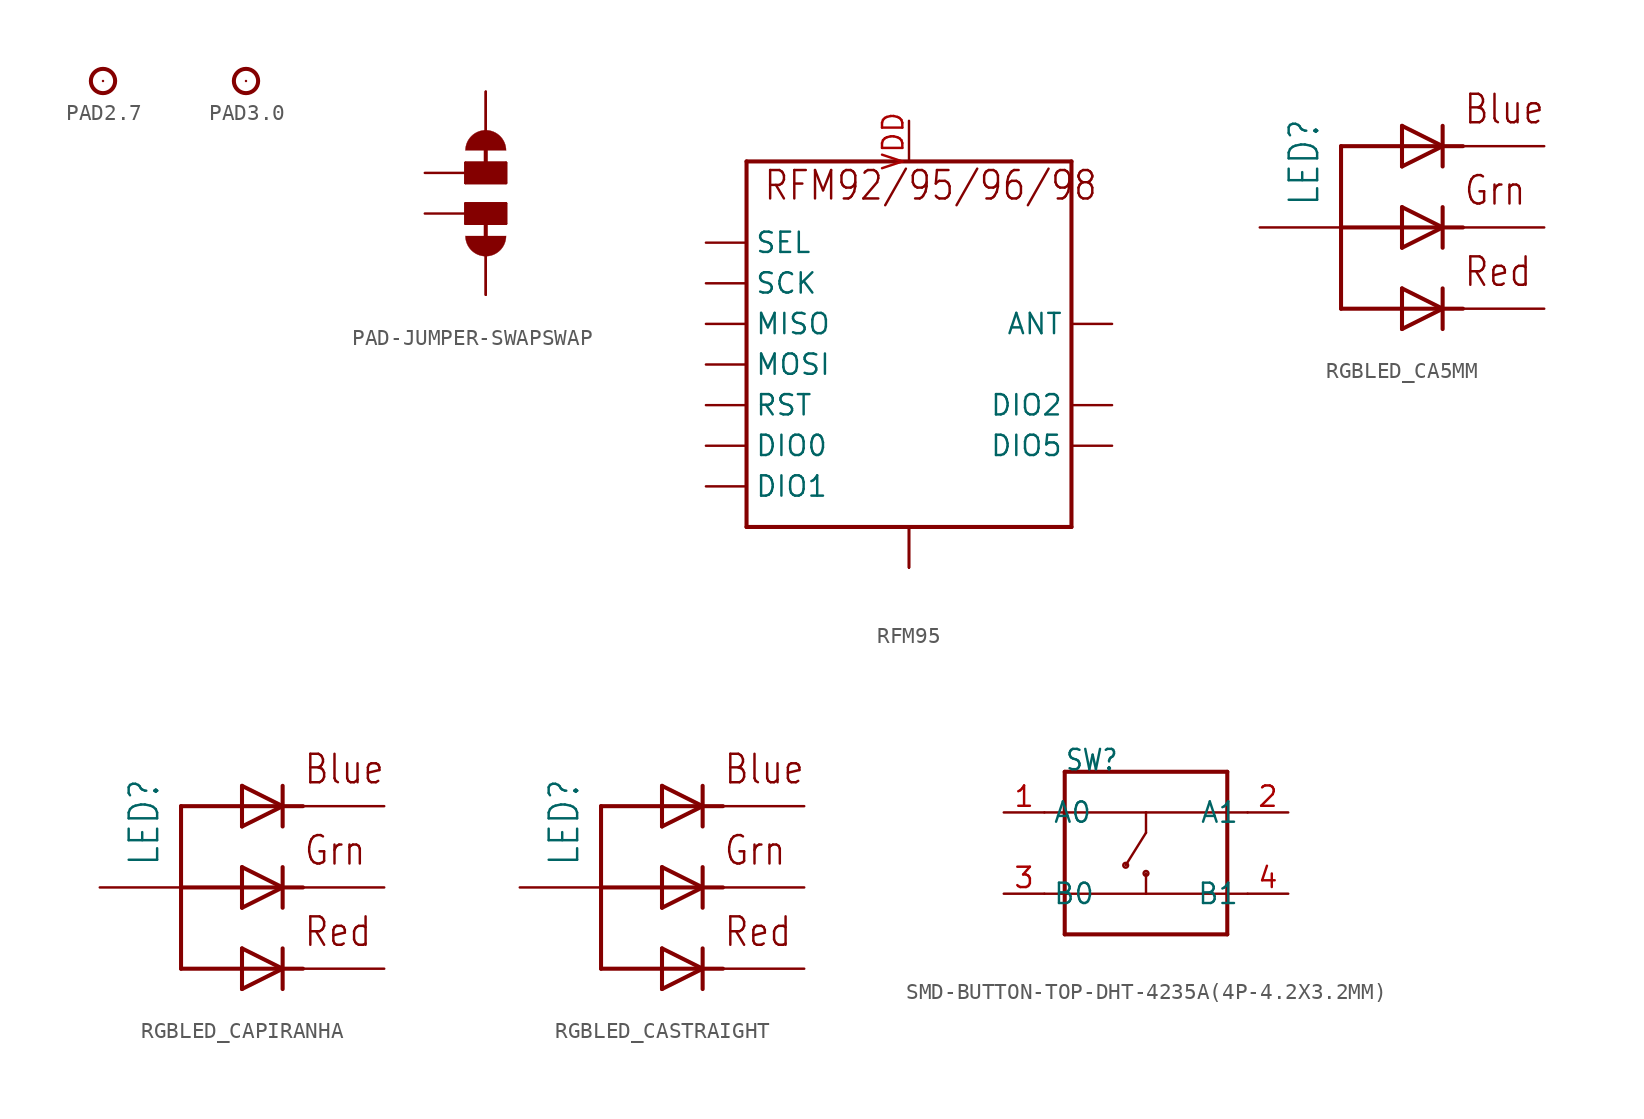
<source format=kicad_sym>
(kicad_symbol_lib
  (version 20231120)
  (generator "kicad_symbol_editor")
  (generator_version "8.0")
  (symbol "PAD2.7"
    (property "Reference" "P"
      (at 0 0 0)
      (effects (font (size 1.27 1.27)) (hide yes)))
    (property "ki_locked" ""
      (at 0 0 0)
      (effects (font (size 1.27 1.27))))
    (symbol "PAD2.7_1_0"
      (circle (center 0 0) (radius 0.762) (stroke (width 0.254) (type solid)) (fill (type none)))
      (pin bidirectional line (at 0 0 0) (length 0) (name "1" (effects (font (size 0 0)))) (number "1" (effects (font (size 0 0)))))))
  (symbol "PAD3.0"
    (property "Reference" "P"
      (at 0 0 0)
      (effects (font (size 1.27 1.27)) (hide yes)))
    (property "ki_locked" ""
      (at 0 0 0)
      (effects (font (size 1.27 1.27))))
    (symbol "PAD3.0_1_0"
      (circle (center 0 0) (radius 0.762) (stroke (width 0.254) (type solid)) (fill (type none)))
      (pin bidirectional line (at 0 0 0) (length 0) (name "1" (effects (font (size 0 0)))) (number "1" (effects (font (size 0 0)))))))
  (symbol "PAD-JUMPER-SWAPSWAP"
    (property "Reference" ""
      (at 1.905 0.381 0)
      (effects (font (size 1.778 1.511)) (justify left bottom) (hide yes)))
    (property "Value" ""
      (at 1.905 -1.905 0)
      (effects (font (size 1.778 1.511)) (justify left bottom)))
    (property "ki_locked" ""
      (at 0 0 0)
      (effects (font (size 1.27 1.27))))
    (symbol "PAD-JUMPER-SWAPSWAP_1_0"
      (arc (start -1.27 -2.667) (mid 0 -3.937) (end 1.27 -2.667) (stroke (width 0.0001) (type solid)) (fill (type outline)))
      (rectangle (start -1.27 -1.905) (end 1.27 -0.635) (stroke (width 0) (type default)) (fill (type outline)))
      (polyline (pts (xy -1.27 -1.905) (xy -1.27 -0.635)) (stroke (width 0.152) (type solid)) (fill (type none)))
      (polyline (pts (xy -1.27 -0.635) (xy 1.27 -0.635)) (stroke (width 0.152) (type solid)) (fill (type none)))
      (polyline (pts (xy -1.27 0.635) (xy -1.27 1.905)) (stroke (width 0.152) (type solid)) (fill (type none)))
      (polyline (pts (xy -1.27 1.905) (xy 1.27 1.905)) (stroke (width 0.152) (type solid)) (fill (type none)))
      (polyline (pts (xy 0 -1.27) (xy 0 -3.81)) (stroke (width 0.254) (type solid)) (fill (type none)))
      (polyline (pts (xy 0 1.27) (xy 0 3.81)) (stroke (width 0.254) (type solid)) (fill (type none)))
      (polyline (pts (xy 1.27 -1.905) (xy -1.27 -1.905)) (stroke (width 0.152) (type solid)) (fill (type none)))
      (polyline (pts (xy 1.27 -0.635) (xy 1.27 -1.905)) (stroke (width 0.152) (type solid)) (fill (type none)))
      (polyline (pts (xy 1.27 0.635) (xy -1.27 0.635)) (stroke (width 0.152) (type solid)) (fill (type none)))
      (polyline (pts (xy 1.27 1.905) (xy 1.27 0.635)) (stroke (width 0.152) (type solid)) (fill (type none)))
      (rectangle (start 1.27 1.905) (end -1.27 0.635) (stroke (width 0) (type default)) (fill (type outline)))
      (arc (start 1.27 2.667) (mid 0 3.937) (end -1.27 2.667) (stroke (width 0.0001) (type solid)) (fill (type outline)))
      (pin passive line (at 0 6.35 270) (length 2.54) (name "1" (effects (font (size 0 0)))) (number "1" (effects (font (size 0 0)))))
      (pin passive line (at 0 6.35 270) (length 2.54) (name "1" (effects (font (size 0 0)))) (number "11" (effects (font (size 0 0)))))
      (pin passive line (at -3.81 1.27 0) (length 2.54) (name "2" (effects (font (size 0 0)))) (number "2" (effects (font (size 0 0)))))
      (pin passive line (at -3.81 -1.27 0) (length 2.54) (name "3" (effects (font (size 0 0)))) (number "3" (effects (font (size 0 0)))))
      (pin passive line (at 0 -6.35 90) (length 2.54) (name "4" (effects (font (size 0 0)))) (number "4" (effects (font (size 0 0)))))
      (pin passive line (at 0 -6.35 90) (length 2.54) (name "4" (effects (font (size 0 0)))) (number "44" (effects (font (size 0 0)))))))
  (symbol "RFM95"
    (property "Reference" ""
      (at 0 0 0)
      (effects (font (size 1.27 1.27)) (hide yes)))
    (property "ki_locked" ""
      (at 0 0 0)
      (effects (font (size 1.27 1.27))))
    (symbol "RFM95_1_0"
      (polyline (pts (xy -10.16 -12.7) (xy -10.16 10.16)) (stroke (width 0.254) (type solid)) (fill (type none)))
      (polyline (pts (xy -10.16 10.16) (xy 10.16 10.16)) (stroke (width 0.254) (type solid)) (fill (type none)))
      (polyline (pts (xy 10.16 -12.7) (xy -10.16 -12.7)) (stroke (width 0.254) (type solid)) (fill (type none)))
      (polyline (pts (xy 10.16 10.16) (xy 10.16 -12.7)) (stroke (width 0.254) (type solid)) (fill (type none)))
      (text "RFM92/95/96/98" (at -9.144 7.62 0) (effects (font (size 1.778 1.511)) (justify left bottom)))
      (pin passive line (at 12.7 0 180) (length 2.54) (name "ANT" (effects (font (size 1.27 1.27)))) (number "ANT" (effects (font (size 0 0)))))
      (pin open_collector line (at -12.7 -7.62 0) (length 2.54) (name "DIO0" (effects (font (size 1.27 1.27)))) (number "DIO0" (effects (font (size 0 0)))))
      (pin open_collector line (at -12.7 -10.16 0) (length 2.54) (name "DIO1" (effects (font (size 1.27 1.27)))) (number "DIO1" (effects (font (size 0 0)))))
      (pin open_collector line (at 12.7 -5.08 180) (length 2.54) (name "DIO2" (effects (font (size 1.27 1.27)))) (number "DIO2" (effects (font (size 0 0)))))
      (pin open_collector line (at 12.7 -7.62 180) (length 2.54) (name "DIO5" (effects (font (size 1.27 1.27)))) (number "DIO5" (effects (font (size 0 0)))))
      (pin power_in line (at 0 -15.24 90) (length 2.54) (name "GND" (effects (font (size 0 0)))) (number "GND" (effects (font (size 0 0)))))
      (pin power_in line (at 0 -15.24 90) (length 2.54) (name "GND" (effects (font (size 0 0)))) (number "GND1" (effects (font (size 0 0)))))
      (pin power_in line (at 0 -15.24 90) (length 2.54) (name "GND" (effects (font (size 0 0)))) (number "GND2" (effects (font (size 0 0)))))
      (pin input line (at -12.7 0 0) (length 2.54) (name "MISO" (effects (font (size 1.27 1.27)))) (number "MISO" (effects (font (size 0 0)))))
      (pin output line (at -12.7 -2.54 0) (length 2.54) (name "MOSI" (effects (font (size 1.27 1.27)))) (number "MOSI" (effects (font (size 0 0)))))
      (pin input line (at -12.7 5.08 0) (length 2.54) (name "SEL" (effects (font (size 1.27 1.27)))) (number "NSS" (effects (font (size 0 0)))))
      (pin open_collector line (at -12.7 -5.08 0) (length 2.54) (name "RST" (effects (font (size 1.27 1.27)))) (number "RST" (effects (font (size 0 0)))))
      (pin input line (at -12.7 2.54 0) (length 2.54) (name "SCK" (effects (font (size 1.27 1.27)))) (number "SCK" (effects (font (size 0 0)))))
      (pin power_in line (at 0 12.7 270) (length 2.54) (name "VCC" (effects (font (size 0 0)))) (number "VDD" (effects (font (size 1.27 1.27)))))))
  (symbol "RGBLED_CA5MM"
    (property "Reference" "LED"
      (at -6.35 1.27 90)
      (effects (font (size 1.778 1.511)) (justify left bottom)))
    (property "ki_locked" ""
      (at 0 0 0)
      (effects (font (size 1.27 1.27))))
    (symbol "RGBLED_CA5MM_1_0"
      (polyline (pts (xy -5.08 0) (xy -5.08 -5.08)) (stroke (width 0.254) (type solid)) (fill (type none)))
      (polyline (pts (xy -5.08 5.08) (xy -5.08 0)) (stroke (width 0.254) (type solid)) (fill (type none)))
      (polyline (pts (xy -1.27 -6.35) (xy 1.27 -5.08)) (stroke (width 0.254) (type solid)) (fill (type none)))
      (polyline (pts (xy -1.27 -3.81) (xy -1.27 -6.35)) (stroke (width 0.254) (type solid)) (fill (type none)))
      (polyline (pts (xy -1.27 -1.27) (xy 1.27 0)) (stroke (width 0.254) (type solid)) (fill (type none)))
      (polyline (pts (xy -1.27 1.27) (xy -1.27 -1.27)) (stroke (width 0.254) (type solid)) (fill (type none)))
      (polyline (pts (xy -1.27 3.81) (xy 1.27 5.08)) (stroke (width 0.254) (type solid)) (fill (type none)))
      (polyline (pts (xy -1.27 6.35) (xy -1.27 3.81)) (stroke (width 0.254) (type solid)) (fill (type none)))
      (polyline (pts (xy 1.27 -6.35) (xy 1.27 -5.08)) (stroke (width 0.254) (type solid)) (fill (type none)))
      (polyline (pts (xy 1.27 -5.08) (xy -5.08 -5.08)) (stroke (width 0.254) (type solid)) (fill (type none)))
      (polyline (pts (xy 1.27 -5.08) (xy -1.27 -3.81)) (stroke (width 0.254) (type solid)) (fill (type none)))
      (polyline (pts (xy 1.27 -5.08) (xy 1.27 -3.81)) (stroke (width 0.254) (type solid)) (fill (type none)))
      (polyline (pts (xy 1.27 -5.08) (xy 2.54 -5.08)) (stroke (width 0.254) (type solid)) (fill (type none)))
      (polyline (pts (xy 1.27 0) (xy -5.08 0)) (stroke (width 0.254) (type solid)) (fill (type none)))
      (polyline (pts (xy 1.27 0) (xy -1.27 1.27)) (stroke (width 0.254) (type solid)) (fill (type none)))
      (polyline (pts (xy 1.27 0) (xy 1.27 -1.27)) (stroke (width 0.254) (type solid)) (fill (type none)))
      (polyline (pts (xy 1.27 1.27) (xy 1.27 0)) (stroke (width 0.254) (type solid)) (fill (type none)))
      (polyline (pts (xy 1.27 5.08) (xy -5.08 5.08)) (stroke (width 0.254) (type solid)) (fill (type none)))
      (polyline (pts (xy 1.27 5.08) (xy -1.27 6.35)) (stroke (width 0.254) (type solid)) (fill (type none)))
      (polyline (pts (xy 1.27 5.08) (xy 1.27 3.81)) (stroke (width 0.254) (type solid)) (fill (type none)))
      (polyline (pts (xy 1.27 5.08) (xy 2.54 5.08)) (stroke (width 0.254) (type solid)) (fill (type none)))
      (polyline (pts (xy 1.27 6.35) (xy 1.27 5.08)) (stroke (width 0.254) (type solid)) (fill (type none)))
      (polyline (pts (xy 2.54 0) (xy 1.27 0)) (stroke (width 0.254) (type solid)) (fill (type none)))
      (text "Blue" (at 2.54 6.35 0) (effects (font (size 1.778 1.511)) (justify left bottom)))
      (text "Grn" (at 2.54 1.27 0) (effects (font (size 1.778 1.511)) (justify left bottom)))
      (text "Red" (at 2.54 -3.81 0) (effects (font (size 1.778 1.511)) (justify left bottom)))
      (pin bidirectional line (at 7.62 -5.08 180) (length 5.08) (name "RED" (effects (font (size 0 0)))) (number "1" (effects (font (size 0 0)))))
      (pin bidirectional line (at -10.16 0 0) (length 5.08) (name "VCC" (effects (font (size 0 0)))) (number "2" (effects (font (size 0 0)))))
      (pin bidirectional line (at 7.62 0 180) (length 5.08) (name "GREEN" (effects (font (size 0 0)))) (number "3" (effects (font (size 0 0)))))
      (pin bidirectional line (at 7.62 5.08 180) (length 5.08) (name "BLUE" (effects (font (size 0 0)))) (number "4" (effects (font (size 0 0)))))))
  (symbol "RGBLED_CAPIRANHA"
    (property "Reference" "LED"
      (at -6.35 1.27 90)
      (effects (font (size 1.778 1.511)) (justify left bottom)))
    (property "ki_locked" ""
      (at 0 0 0)
      (effects (font (size 1.27 1.27))))
    (symbol "RGBLED_CAPIRANHA_1_0"
      (polyline (pts (xy -5.08 0) (xy -5.08 -5.08)) (stroke (width 0.254) (type solid)) (fill (type none)))
      (polyline (pts (xy -5.08 5.08) (xy -5.08 0)) (stroke (width 0.254) (type solid)) (fill (type none)))
      (polyline (pts (xy -1.27 -6.35) (xy 1.27 -5.08)) (stroke (width 0.254) (type solid)) (fill (type none)))
      (polyline (pts (xy -1.27 -3.81) (xy -1.27 -6.35)) (stroke (width 0.254) (type solid)) (fill (type none)))
      (polyline (pts (xy -1.27 -1.27) (xy 1.27 0)) (stroke (width 0.254) (type solid)) (fill (type none)))
      (polyline (pts (xy -1.27 1.27) (xy -1.27 -1.27)) (stroke (width 0.254) (type solid)) (fill (type none)))
      (polyline (pts (xy -1.27 3.81) (xy 1.27 5.08)) (stroke (width 0.254) (type solid)) (fill (type none)))
      (polyline (pts (xy -1.27 6.35) (xy -1.27 3.81)) (stroke (width 0.254) (type solid)) (fill (type none)))
      (polyline (pts (xy 1.27 -6.35) (xy 1.27 -5.08)) (stroke (width 0.254) (type solid)) (fill (type none)))
      (polyline (pts (xy 1.27 -5.08) (xy -5.08 -5.08)) (stroke (width 0.254) (type solid)) (fill (type none)))
      (polyline (pts (xy 1.27 -5.08) (xy -1.27 -3.81)) (stroke (width 0.254) (type solid)) (fill (type none)))
      (polyline (pts (xy 1.27 -5.08) (xy 1.27 -3.81)) (stroke (width 0.254) (type solid)) (fill (type none)))
      (polyline (pts (xy 1.27 -5.08) (xy 2.54 -5.08)) (stroke (width 0.254) (type solid)) (fill (type none)))
      (polyline (pts (xy 1.27 0) (xy -5.08 0)) (stroke (width 0.254) (type solid)) (fill (type none)))
      (polyline (pts (xy 1.27 0) (xy -1.27 1.27)) (stroke (width 0.254) (type solid)) (fill (type none)))
      (polyline (pts (xy 1.27 0) (xy 1.27 -1.27)) (stroke (width 0.254) (type solid)) (fill (type none)))
      (polyline (pts (xy 1.27 1.27) (xy 1.27 0)) (stroke (width 0.254) (type solid)) (fill (type none)))
      (polyline (pts (xy 1.27 5.08) (xy -5.08 5.08)) (stroke (width 0.254) (type solid)) (fill (type none)))
      (polyline (pts (xy 1.27 5.08) (xy -1.27 6.35)) (stroke (width 0.254) (type solid)) (fill (type none)))
      (polyline (pts (xy 1.27 5.08) (xy 1.27 3.81)) (stroke (width 0.254) (type solid)) (fill (type none)))
      (polyline (pts (xy 1.27 5.08) (xy 2.54 5.08)) (stroke (width 0.254) (type solid)) (fill (type none)))
      (polyline (pts (xy 1.27 6.35) (xy 1.27 5.08)) (stroke (width 0.254) (type solid)) (fill (type none)))
      (polyline (pts (xy 2.54 0) (xy 1.27 0)) (stroke (width 0.254) (type solid)) (fill (type none)))
      (text "Blue" (at 2.54 6.35 0) (effects (font (size 1.778 1.511)) (justify left bottom)))
      (text "Grn" (at 2.54 1.27 0) (effects (font (size 1.778 1.511)) (justify left bottom)))
      (text "Red" (at 2.54 -3.81 0) (effects (font (size 1.778 1.511)) (justify left bottom)))
      (pin bidirectional line (at 7.62 5.08 180) (length 5.08) (name "BLUE" (effects (font (size 0 0)))) (number "1" (effects (font (size 0 0)))))
      (pin bidirectional line (at 7.62 -5.08 180) (length 5.08) (name "RED" (effects (font (size 0 0)))) (number "2" (effects (font (size 0 0)))))
      (pin bidirectional line (at 7.62 0 180) (length 5.08) (name "GREEN" (effects (font (size 0 0)))) (number "3" (effects (font (size 0 0)))))
      (pin bidirectional line (at -10.16 0 0) (length 5.08) (name "VCC" (effects (font (size 0 0)))) (number "4" (effects (font (size 0 0)))))))
  (symbol "RGBLED_CASTRAIGHT"
    (property "Reference" "LED"
      (at -6.35 1.27 90)
      (effects (font (size 1.778 1.511)) (justify left bottom)))
    (property "ki_locked" ""
      (at 0 0 0)
      (effects (font (size 1.27 1.27))))
    (symbol "RGBLED_CASTRAIGHT_1_0"
      (polyline (pts (xy -5.08 0) (xy -5.08 -5.08)) (stroke (width 0.254) (type solid)) (fill (type none)))
      (polyline (pts (xy -5.08 5.08) (xy -5.08 0)) (stroke (width 0.254) (type solid)) (fill (type none)))
      (polyline (pts (xy -1.27 -6.35) (xy 1.27 -5.08)) (stroke (width 0.254) (type solid)) (fill (type none)))
      (polyline (pts (xy -1.27 -3.81) (xy -1.27 -6.35)) (stroke (width 0.254) (type solid)) (fill (type none)))
      (polyline (pts (xy -1.27 -1.27) (xy 1.27 0)) (stroke (width 0.254) (type solid)) (fill (type none)))
      (polyline (pts (xy -1.27 1.27) (xy -1.27 -1.27)) (stroke (width 0.254) (type solid)) (fill (type none)))
      (polyline (pts (xy -1.27 3.81) (xy 1.27 5.08)) (stroke (width 0.254) (type solid)) (fill (type none)))
      (polyline (pts (xy -1.27 6.35) (xy -1.27 3.81)) (stroke (width 0.254) (type solid)) (fill (type none)))
      (polyline (pts (xy 1.27 -6.35) (xy 1.27 -5.08)) (stroke (width 0.254) (type solid)) (fill (type none)))
      (polyline (pts (xy 1.27 -5.08) (xy -5.08 -5.08)) (stroke (width 0.254) (type solid)) (fill (type none)))
      (polyline (pts (xy 1.27 -5.08) (xy -1.27 -3.81)) (stroke (width 0.254) (type solid)) (fill (type none)))
      (polyline (pts (xy 1.27 -5.08) (xy 1.27 -3.81)) (stroke (width 0.254) (type solid)) (fill (type none)))
      (polyline (pts (xy 1.27 -5.08) (xy 2.54 -5.08)) (stroke (width 0.254) (type solid)) (fill (type none)))
      (polyline (pts (xy 1.27 0) (xy -5.08 0)) (stroke (width 0.254) (type solid)) (fill (type none)))
      (polyline (pts (xy 1.27 0) (xy -1.27 1.27)) (stroke (width 0.254) (type solid)) (fill (type none)))
      (polyline (pts (xy 1.27 0) (xy 1.27 -1.27)) (stroke (width 0.254) (type solid)) (fill (type none)))
      (polyline (pts (xy 1.27 1.27) (xy 1.27 0)) (stroke (width 0.254) (type solid)) (fill (type none)))
      (polyline (pts (xy 1.27 5.08) (xy -5.08 5.08)) (stroke (width 0.254) (type solid)) (fill (type none)))
      (polyline (pts (xy 1.27 5.08) (xy -1.27 6.35)) (stroke (width 0.254) (type solid)) (fill (type none)))
      (polyline (pts (xy 1.27 5.08) (xy 1.27 3.81)) (stroke (width 0.254) (type solid)) (fill (type none)))
      (polyline (pts (xy 1.27 5.08) (xy 2.54 5.08)) (stroke (width 0.254) (type solid)) (fill (type none)))
      (polyline (pts (xy 1.27 6.35) (xy 1.27 5.08)) (stroke (width 0.254) (type solid)) (fill (type none)))
      (polyline (pts (xy 2.54 0) (xy 1.27 0)) (stroke (width 0.254) (type solid)) (fill (type none)))
      (text "Blue" (at 2.54 6.35 0) (effects (font (size 1.778 1.511)) (justify left bottom)))
      (text "Grn" (at 2.54 1.27 0) (effects (font (size 1.778 1.511)) (justify left bottom)))
      (text "Red" (at 2.54 -3.81 0) (effects (font (size 1.778 1.511)) (justify left bottom)))
      (pin bidirectional line (at 7.62 -5.08 180) (length 5.08) (name "RED" (effects (font (size 0 0)))) (number "1" (effects (font (size 0 0)))))
      (pin bidirectional line (at -10.16 0 0) (length 5.08) (name "VCC" (effects (font (size 0 0)))) (number "2" (effects (font (size 0 0)))))
      (pin bidirectional line (at 7.62 0 180) (length 5.08) (name "GREEN" (effects (font (size 0 0)))) (number "3" (effects (font (size 0 0)))))
      (pin bidirectional line (at 7.62 5.08 180) (length 5.08) (name "BLUE" (effects (font (size 0 0)))) (number "4" (effects (font (size 0 0)))))))
  (symbol "SMD-BUTTON-TOP-DHT-4235A(4P-4.2X3.2MM)"
    (property "Reference" "SW"
      (at -5.08 5.08 0)
      (effects (font (size 1.27 1.079)) (justify left bottom)))
    (property "Value" ""
      (at -5.08 -6.35 0)
      (effects (font (size 1.27 1.079)) (justify left bottom)))
    (property "ki_locked" ""
      (at 0 0 0)
      (effects (font (size 1.27 1.27))))
    (symbol "SMD-BUTTON-TOP-DHT-4235A(4P-4.2X3.2MM)_1_0"
      (circle (center -1.27 -0.762) (radius 0.152) (stroke (width 0) (type solid)) (fill (type none)))
      (circle (center 0 -1.27) (radius 0.152) (stroke (width 0) (type solid)) (fill (type none)))
      (polyline (pts (xy -6.35 -2.54) (xy -5.08 -2.54)) (stroke (width 0.152) (type solid)) (fill (type none)))
      (polyline (pts (xy -6.35 2.54) (xy -5.08 2.54)) (stroke (width 0.152) (type solid)) (fill (type none)))
      (polyline (pts (xy -5.08 -5.08) (xy -5.08 -2.54)) (stroke (width 0.254) (type solid)) (fill (type none)))
      (polyline (pts (xy -5.08 -2.54) (xy -5.08 2.54)) (stroke (width 0.254) (type solid)) (fill (type none)))
      (polyline (pts (xy -5.08 2.54) (xy -5.08 5.08)) (stroke (width 0.254) (type solid)) (fill (type none)))
      (polyline (pts (xy -5.08 2.54) (xy 0 2.54)) (stroke (width 0.152) (type solid)) (fill (type none)))
      (polyline (pts (xy -5.08 5.08) (xy 5.08 5.08)) (stroke (width 0.254) (type solid)) (fill (type none)))
      (polyline (pts (xy 0 -2.54) (xy -5.08 -2.54)) (stroke (width 0.152) (type solid)) (fill (type none)))
      (polyline (pts (xy 0 -2.54) (xy 5.08 -2.54)) (stroke (width 0.152) (type solid)) (fill (type none)))
      (polyline (pts (xy 0 -1.27) (xy 0 -2.54)) (stroke (width 0.152) (type solid)) (fill (type none)))
      (polyline (pts (xy 0 1.27) (xy -1.27 -0.762)) (stroke (width 0.152) (type solid)) (fill (type none)))
      (polyline (pts (xy 0 2.54) (xy 0 1.27)) (stroke (width 0.152) (type solid)) (fill (type none)))
      (polyline (pts (xy 0 2.54) (xy 5.08 2.54)) (stroke (width 0.152) (type solid)) (fill (type none)))
      (polyline (pts (xy 5.08 -5.08) (xy -5.08 -5.08)) (stroke (width 0.254) (type solid)) (fill (type none)))
      (polyline (pts (xy 5.08 -2.54) (xy 5.08 -5.08)) (stroke (width 0.254) (type solid)) (fill (type none)))
      (polyline (pts (xy 5.08 2.54) (xy 5.08 -2.54)) (stroke (width 0.254) (type solid)) (fill (type none)))
      (polyline (pts (xy 5.08 5.08) (xy 5.08 2.54)) (stroke (width 0.254) (type solid)) (fill (type none)))
      (polyline (pts (xy 6.35 -2.54) (xy 5.08 -2.54)) (stroke (width 0.152) (type solid)) (fill (type none)))
      (polyline (pts (xy 6.35 2.54) (xy 5.08 2.54)) (stroke (width 0.152) (type solid)) (fill (type none)))
      (pin bidirectional line (at -8.89 2.54 0) (length 2.54) (name "A0" (effects (font (size 1.27 1.27)))) (number "1" (effects (font (size 1.27 1.27)))))
      (pin bidirectional line (at 8.89 2.54 180) (length 2.54) (name "A1" (effects (font (size 1.27 1.27)))) (number "2" (effects (font (size 1.27 1.27)))))
      (pin bidirectional line (at -8.89 -2.54 0) (length 2.54) (name "B0" (effects (font (size 1.27 1.27)))) (number "3" (effects (font (size 1.27 1.27)))))
      (pin bidirectional line (at 8.89 -2.54 180) (length 2.54) (name "B1" (effects (font (size 1.27 1.27)))) (number "4" (effects (font (size 1.27 1.27))))))))
</source>
